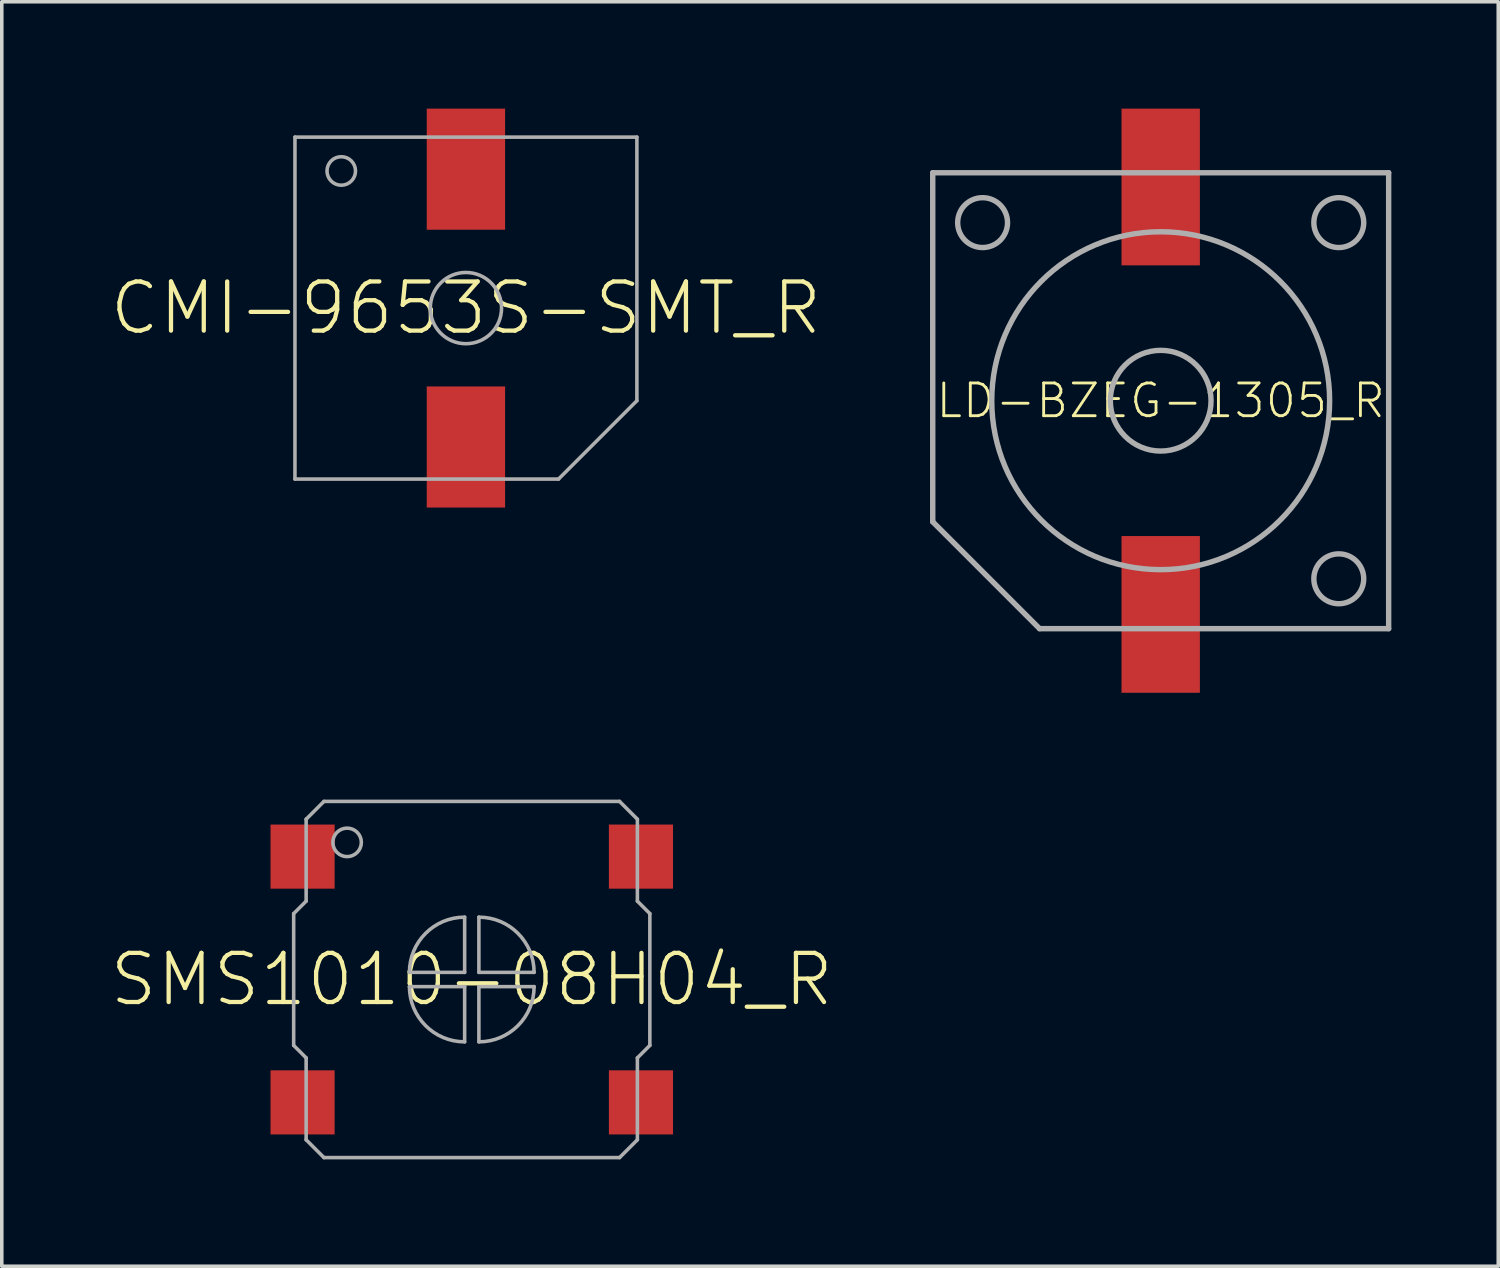
<source format=kicad_pcb>
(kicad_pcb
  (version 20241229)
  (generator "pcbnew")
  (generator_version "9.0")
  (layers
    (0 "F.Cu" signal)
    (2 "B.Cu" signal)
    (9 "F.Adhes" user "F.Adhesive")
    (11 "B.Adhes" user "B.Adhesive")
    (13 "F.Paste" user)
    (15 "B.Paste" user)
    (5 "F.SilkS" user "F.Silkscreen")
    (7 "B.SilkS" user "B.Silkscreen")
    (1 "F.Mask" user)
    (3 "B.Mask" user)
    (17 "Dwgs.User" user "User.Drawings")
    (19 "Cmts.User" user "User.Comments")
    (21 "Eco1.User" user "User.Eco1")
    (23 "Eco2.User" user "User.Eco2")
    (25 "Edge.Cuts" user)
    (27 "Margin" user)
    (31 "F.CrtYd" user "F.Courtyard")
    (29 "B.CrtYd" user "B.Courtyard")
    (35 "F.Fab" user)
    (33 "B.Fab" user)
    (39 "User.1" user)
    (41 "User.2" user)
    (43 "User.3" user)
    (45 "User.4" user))
  (footprint "CMI-9653S-SMT_R"
    (layer "F.Cu")
    (at 10.031 5.6)
    (property "Reference" "CMI-9653S-SMT_R" (at 0 0 0) (unlocked yes) (layer "F.SilkS") (effects (font (size 1.38 1.38) (thickness 0.12))))
    (fp_line (start -4.8 -4.8) (end -4.8 4.8) (stroke (width 0.1) (type solid)) (layer "F.Fab"))
    (fp_line (start -4.8 4.8) (end 2.6 4.8) (stroke (width 0.1) (type solid)) (layer "F.Fab"))
    (fp_line (start 4.8 -4.8) (end -4.8 -4.8) (stroke (width 0.1) (type solid)) (layer "F.Fab"))
    (fp_line (start 4.8 2.6) (end 2.6 4.8) (stroke (width 0.1) (type solid)) (layer "F.Fab"))
    (fp_line (start 4.8 2.6) (end 4.8 -4.8) (stroke (width 0.1) (type solid)) (layer "F.Fab"))
    (fp_circle (center -3.5 -3.85) (end -3.1 -3.85) (stroke (width 0.1) (type solid)) (fill no) (layer "F.Fab"))
    (fp_circle (center 0 0) (end 1 0) (stroke (width 0.1) (type solid)) (fill no) (layer "F.Fab"))
    (pad "M" smd rect (at 0 3.9) (size 2.2 3.4) (layers "F.Cu" "F.Mask" "F.Paste"))
    (pad "P" smd rect (at 0 -3.9) (size 2.2 3.4) (layers "F.Cu" "F.Mask" "F.Paste")))
  (footprint "SMS1010-08H04_R"
    (layer "F.Cu")
    (at 10.195 24.45)
    (property "Reference" "SMS1010-08H04_R" (at 0 0 0) (unlocked yes) (layer "F.SilkS") (effects (font (size 1.38 1.38) (thickness 0.12))))
    (fp_line (start -5 -1.85) (end -5 1.85) (stroke (width 0.1) (type solid)) (layer "F.Fab"))
    (fp_line (start -5 -1.85) (end -4.65 -2.2) (stroke (width 0.1) (type solid)) (layer "F.Fab"))
    (fp_line (start -5 1.85) (end -4.65 2.2) (stroke (width 0.1) (type solid)) (layer "F.Fab"))
    (fp_line (start -4.65 -4.5) (end -4.65 -2.2) (stroke (width 0.1) (type solid)) (layer "F.Fab"))
    (fp_line (start -4.65 -4.5) (end -4.15 -5) (stroke (width 0.1) (type solid)) (layer "F.Fab"))
    (fp_line (start -4.65 2.2) (end -4.65 4.5) (stroke (width 0.1) (type solid)) (layer "F.Fab"))
    (fp_line (start -4.15 5) (end -4.65 4.5) (stroke (width 0.1) (type solid)) (layer "F.Fab"))
    (fp_line (start -4.15 5) (end 4.15 5) (stroke (width 0.1) (type solid)) (layer "F.Fab"))
    (fp_line (start -1.75 -0.2) (end -0.2 -0.2) (stroke (width 0.1) (type solid)) (layer "F.Fab"))
    (fp_line (start -0.2 -0.2) (end -0.2 -1.75) (stroke (width 0.1) (type solid)) (layer "F.Fab"))
    (fp_line (start -0.2 0.2) (end -1.75 0.2) (stroke (width 0.1) (type solid)) (layer "F.Fab"))
    (fp_line (start -0.2 1.75) (end -0.2 0.2) (stroke (width 0.1) (type solid)) (layer "F.Fab"))
    (fp_line (start 0.2 -1.75) (end 0.2 -0.2) (stroke (width 0.1) (type solid)) (layer "F.Fab"))
    (fp_line (start 0.2 -0.2) (end 1.75 -0.2) (stroke (width 0.1) (type solid)) (layer "F.Fab"))
    (fp_line (start 0.2 0.2) (end 0.2 1.75) (stroke (width 0.1) (type solid)) (layer "F.Fab"))
    (fp_line (start 1.75 0.2) (end 0.2 0.2) (stroke (width 0.1) (type solid)) (layer "F.Fab"))
    (fp_line (start 4.15 -5) (end -4.15 -5) (stroke (width 0.1) (type solid)) (layer "F.Fab"))
    (fp_line (start 4.15 -5) (end 4.65 -4.5) (stroke (width 0.1) (type solid)) (layer "F.Fab"))
    (fp_line (start 4.65 -2.2) (end 4.65 -4.5) (stroke (width 0.1) (type solid)) (layer "F.Fab"))
    (fp_line (start 4.65 4.5) (end 4.15 5) (stroke (width 0.1) (type solid)) (layer "F.Fab"))
    (fp_line (start 4.65 4.5) (end 4.65 2.2) (stroke (width 0.1) (type solid)) (layer "F.Fab"))
    (fp_line (start 5 -1.85) (end 4.65 -2.2) (stroke (width 0.1) (type solid)) (layer "F.Fab"))
    (fp_line (start 5 1.85) (end 4.65 2.2) (stroke (width 0.1) (type solid)) (layer "F.Fab"))
    (fp_line (start 5 1.85) (end 5 -1.85) (stroke (width 0.1) (type solid)) (layer "F.Fab"))
    (fp_arc (start -1.75 -0.2) (mid -1.296015 -1.296016) (end -0.199998 -1.75) (stroke (width 0.1) (type solid)) (layer "F.Fab"))
    (fp_arc (start -0.2 1.75) (mid -1.296016 1.296015) (end -1.75 0.199998) (stroke (width 0.1) (type solid)) (layer "F.Fab"))
    (fp_arc (start 0.2 -1.75) (mid 1.296016 -1.296015) (end 1.75 -0.199998) (stroke (width 0.1) (type solid)) (layer "F.Fab"))
    (fp_arc (start 1.75 0.2) (mid 1.296015 1.296016) (end 0.199998 1.75) (stroke (width 0.1) (type solid)) (layer "F.Fab"))
    (fp_circle (center -3.5 -3.85) (end -3.1 -3.85) (stroke (width 0.1) (type solid)) (fill no) (layer "F.Fab"))
    (pad "1" smd rect (at -4.75 -3.45 90) (size 1.8 1.8) (layers "F.Cu" "F.Mask" "F.Paste"))
    (pad "2" smd rect (at -4.75 3.45 270) (size 1.8 1.8) (layers "F.Cu" "F.Mask" "F.Paste"))
    (pad "3" smd rect (at 4.75 3.45 270) (size 1.8 1.8) (layers "F.Cu" "F.Mask" "F.Paste"))
    (pad "4" smd rect (at 4.75 -3.45 90) (size 1.8 1.8) (layers "F.Cu" "F.Mask" "F.Paste")))
  (footprint "LD-BZEG-1305_R"
    (layer "F.Cu")
    (at 29.537 8.2)
    (property "Reference" "LD-BZEG-1305_R" (at 0 0 0) (unlocked yes) (layer "F.SilkS") (effects (font (size 0.92 0.92) (thickness 0.08))))
    (fp_poly (pts (xy 1.1 -3.8) (xy -1.1 -3.8) (xy -1.1 -8.2) (xy 1.1 -8.2)) (stroke (width 0) (type default)) (fill yes) (layer "F.Paste"))
    (fp_poly (pts (xy 1.1 8.2) (xy -1.1 8.2) (xy -1.1 3.8) (xy 1.1 3.8)) (stroke (width 0) (type default)) (fill yes) (layer "F.Paste"))
    (fp_line (start -6.4 -6.4) (end -6.4 3.4) (stroke (width 0.152) (type solid)) (layer "F.Fab"))
    (fp_line (start -6.4 -6.4) (end 6.4 -6.4) (stroke (width 0.152) (type solid)) (layer "F.Fab"))
    (fp_line (start -6.4 3.4) (end -3.4 6.4) (stroke (width 0.152) (type solid)) (layer "F.Fab"))
    (fp_line (start -3.4 6.4) (end 6.4 6.4) (stroke (width 0.152) (type solid)) (layer "F.Fab"))
    (fp_line (start 6.4 -6.4) (end 6.4 6.4) (stroke (width 0.152) (type solid)) (layer "F.Fab"))
    (fp_circle (center -5 -5) (end -4.3 -5) (stroke (width 0.152) (type solid)) (fill no) (layer "F.Fab"))
    (fp_circle (center 0 0) (end 1.414 0) (stroke (width 0.152) (type solid)) (fill no) (layer "F.Fab"))
    (fp_circle (center 0 0) (end 4.743 0) (stroke (width 0.152) (type solid)) (fill no) (layer "F.Fab"))
    (fp_circle (center 5 -5) (end 5.7 -5) (stroke (width 0.152) (type solid)) (fill no) (layer "F.Fab"))
    (fp_circle (center 5 5) (end 5.7 5) (stroke (width 0.152) (type solid)) (fill no) (layer "F.Fab"))
    (pad "M" smd rect (at 0 6 90) (size 4.4 2.2) (layers "F.Cu" "F.Mask"))
    (pad "P" smd rect (at 0 -6 90) (size 4.4 2.2) (layers "F.Cu" "F.Mask")))
  (gr_rect
    (start -3 -3)
    (end 39.014 32.5)
    (stroke (width 0.1) (type default))
    (fill no)
    (layer "Edge.Cuts")))
</source>
